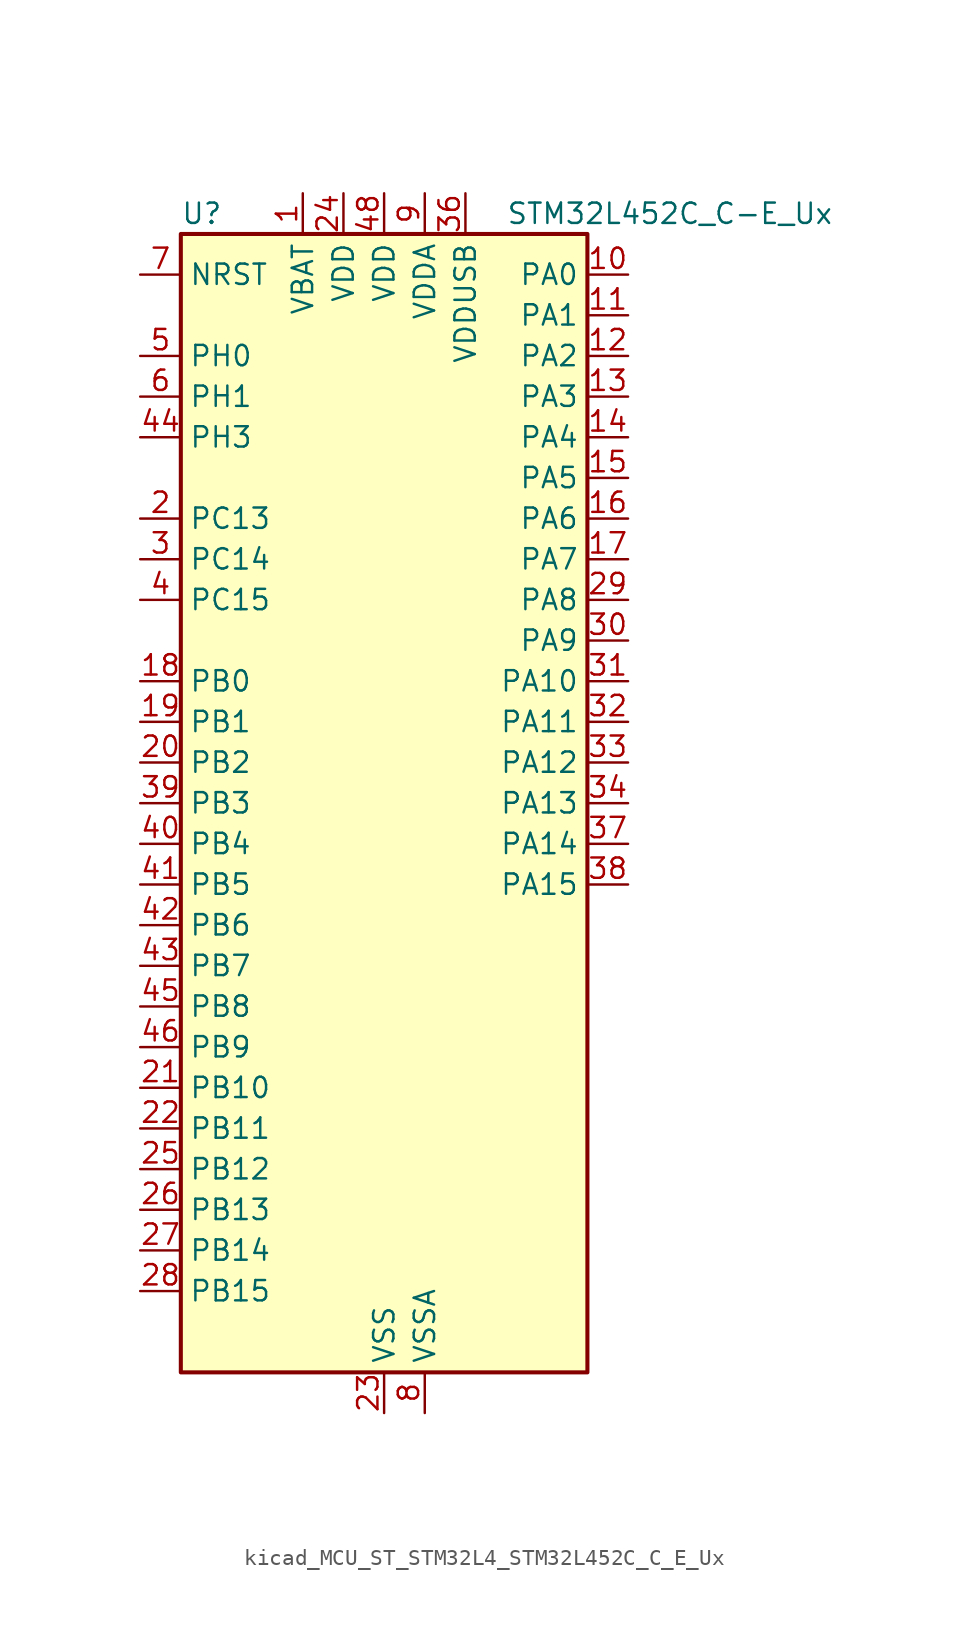
<source format=kicad_sym>
(kicad_symbol_lib
  (version 20220914)
  (generator kicad_symbol_editor)
  (symbol "kicad_MCU_ST_STM32L4_STM32L452C_C_E_Ux"
    (property "Reference" "U"
      (at -12.7 36.83 0)
      (effects (font (size 1.27 1.27)) (justify left)))
    (property "Value" "STM32L452C_C-E_Ux"
      (at 7.62 36.83 0)
      (effects (font (size 1.27 1.27)) (justify left)))
    (property "ki_locked" ""
      (at 0 0 0)
      (effects (font (size 1.27 1.27))))
    (symbol "kicad_MCU_ST_STM32L4_STM32L452C_C_E_Ux_0_1"
      (rectangle (start -12.7 -35.56) (end 12.7 35.56) (stroke (width 0.254) (type default)) (fill (type background))))
    (symbol "kicad_MCU_ST_STM32L4_STM32L452C_C_E_Ux_1_1"
      (pin power_in line (at -5.08 38.1 270) (length 2.54) (name "VBAT" (effects (font (size 1.27 1.27)))) (number "1" (effects (font (size 1.27 1.27)))))
      (pin bidirectional line (at 15.24 33.02 180) (length 2.54) (name "PA0" (effects (font (size 1.27 1.27)))) (number "10" (effects (font (size 1.27 1.27)))) (alternate "ADC1_IN5" bidirectional line) (alternate "COMP1_INM" bidirectional line) (alternate "COMP1_OUT" bidirectional line) (alternate "OPAMP1_VINP" bidirectional line) (alternate "RTC_TAMP2" bidirectional line) (alternate "SAI1_EXTCLK" bidirectional line) (alternate "SYS_WKUP1" bidirectional line) (alternate "TIM2_CH1" bidirectional line) (alternate "TIM2_ETR" bidirectional line) (alternate "UART4_TX" bidirectional line) (alternate "USART2_CTS" bidirectional line))
      (pin bidirectional line (at 15.24 30.48 180) (length 2.54) (name "PA1" (effects (font (size 1.27 1.27)))) (number "11" (effects (font (size 1.27 1.27)))) (alternate "ADC1_IN6" bidirectional line) (alternate "COMP1_INP" bidirectional line) (alternate "I2C1_SMBA" bidirectional line) (alternate "OPAMP1_VINM" bidirectional line) (alternate "SPI1_SCK" bidirectional line) (alternate "TIM15_CH1N" bidirectional line) (alternate "TIM2_CH2" bidirectional line) (alternate "UART4_RX" bidirectional line) (alternate "USART2_DE" bidirectional line) (alternate "USART2_RTS" bidirectional line))
      (pin bidirectional line (at 15.24 27.94 180) (length 2.54) (name "PA2" (effects (font (size 1.27 1.27)))) (number "12" (effects (font (size 1.27 1.27)))) (alternate "ADC1_IN7" bidirectional line) (alternate "COMP2_INM" bidirectional line) (alternate "COMP2_OUT" bidirectional line) (alternate "LPUART1_TX" bidirectional line) (alternate "QUADSPI_BK1_NCS" bidirectional line) (alternate "RCC_LSCO" bidirectional line) (alternate "SYS_WKUP4" bidirectional line) (alternate "TIM15_CH1" bidirectional line) (alternate "TIM2_CH3" bidirectional line) (alternate "USART2_TX" bidirectional line))
      (pin bidirectional line (at 15.24 25.4 180) (length 2.54) (name "PA3" (effects (font (size 1.27 1.27)))) (number "13" (effects (font (size 1.27 1.27)))) (alternate "ADC1_IN8" bidirectional line) (alternate "COMP2_INP" bidirectional line) (alternate "LPUART1_RX" bidirectional line) (alternate "OPAMP1_VOUT" bidirectional line) (alternate "QUADSPI_CLK" bidirectional line) (alternate "SAI1_MCLK_A" bidirectional line) (alternate "TIM15_CH2" bidirectional line) (alternate "TIM2_CH4" bidirectional line) (alternate "USART2_RX" bidirectional line))
      (pin bidirectional line (at 15.24 22.86 180) (length 2.54) (name "PA4" (effects (font (size 1.27 1.27)))) (number "14" (effects (font (size 1.27 1.27)))) (alternate "ADC1_IN9" bidirectional line) (alternate "COMP1_INM" bidirectional line) (alternate "COMP2_INM" bidirectional line) (alternate "DAC1_OUT1" bidirectional line) (alternate "LPTIM2_OUT" bidirectional line) (alternate "SAI1_FS_B" bidirectional line) (alternate "SPI1_NSS" bidirectional line) (alternate "SPI3_NSS" bidirectional line) (alternate "USART2_CK" bidirectional line))
      (pin bidirectional line (at 15.24 20.32 180) (length 2.54) (name "PA5" (effects (font (size 1.27 1.27)))) (number "15" (effects (font (size 1.27 1.27)))) (alternate "ADC1_IN10" bidirectional line) (alternate "COMP1_INM" bidirectional line) (alternate "COMP2_INM" bidirectional line) (alternate "DFSDM1_CKOUT" bidirectional line) (alternate "LPTIM2_ETR" bidirectional line) (alternate "SPI1_SCK" bidirectional line) (alternate "TIM2_CH1" bidirectional line) (alternate "TIM2_ETR" bidirectional line))
      (pin bidirectional line (at 15.24 17.78 180) (length 2.54) (name "PA6" (effects (font (size 1.27 1.27)))) (number "16" (effects (font (size 1.27 1.27)))) (alternate "ADC1_IN11" bidirectional line) (alternate "COMP1_OUT" bidirectional line) (alternate "LPUART1_CTS" bidirectional line) (alternate "QUADSPI_BK1_IO3" bidirectional line) (alternate "SPI1_MISO" bidirectional line) (alternate "TIM16_CH1" bidirectional line) (alternate "TIM1_BKIN" bidirectional line) (alternate "TIM1_BKIN_COMP2" bidirectional line) (alternate "TIM3_CH1" bidirectional line) (alternate "USART3_CTS" bidirectional line))
      (pin bidirectional line (at 15.24 15.24 180) (length 2.54) (name "PA7" (effects (font (size 1.27 1.27)))) (number "17" (effects (font (size 1.27 1.27)))) (alternate "ADC1_IN12" bidirectional line) (alternate "COMP2_OUT" bidirectional line) (alternate "DFSDM1_DATIN0" bidirectional line) (alternate "I2C3_SCL" bidirectional line) (alternate "QUADSPI_BK1_IO2" bidirectional line) (alternate "SPI1_MOSI" bidirectional line) (alternate "TIM1_CH1N" bidirectional line) (alternate "TIM3_CH2" bidirectional line))
      (pin bidirectional line (at -15.24 7.62 0) (length 2.54) (name "PB0" (effects (font (size 1.27 1.27)))) (number "18" (effects (font (size 1.27 1.27)))) (alternate "ADC1_IN15" bidirectional line) (alternate "COMP1_OUT" bidirectional line) (alternate "DFSDM1_CKIN0" bidirectional line) (alternate "QUADSPI_BK1_IO1" bidirectional line) (alternate "SAI1_EXTCLK" bidirectional line) (alternate "SPI1_NSS" bidirectional line) (alternate "TIM1_CH2N" bidirectional line) (alternate "TIM3_CH3" bidirectional line) (alternate "USART3_CK" bidirectional line))
      (pin bidirectional line (at -15.24 5.08 0) (length 2.54) (name "PB1" (effects (font (size 1.27 1.27)))) (number "19" (effects (font (size 1.27 1.27)))) (alternate "ADC1_IN16" bidirectional line) (alternate "COMP1_INM" bidirectional line) (alternate "DFSDM1_DATIN0" bidirectional line) (alternate "LPTIM2_IN1" bidirectional line) (alternate "LPUART1_DE" bidirectional line) (alternate "LPUART1_RTS" bidirectional line) (alternate "QUADSPI_BK1_IO0" bidirectional line) (alternate "TIM1_CH3N" bidirectional line) (alternate "TIM3_CH4" bidirectional line) (alternate "USART3_DE" bidirectional line) (alternate "USART3_RTS" bidirectional line))
      (pin bidirectional line (at -15.24 17.78 0) (length 2.54) (name "PC13" (effects (font (size 1.27 1.27)))) (number "2" (effects (font (size 1.27 1.27)))) (alternate "RTC_OUT_ALARM" bidirectional line) (alternate "RTC_OUT_CALIB" bidirectional line) (alternate "RTC_TAMP1" bidirectional line) (alternate "RTC_TS" bidirectional line) (alternate "SYS_WKUP2" bidirectional line))
      (pin bidirectional line (at -15.24 2.54 0) (length 2.54) (name "PB2" (effects (font (size 1.27 1.27)))) (number "20" (effects (font (size 1.27 1.27)))) (alternate "COMP1_INP" bidirectional line) (alternate "DFSDM1_CKIN0" bidirectional line) (alternate "I2C3_SMBA" bidirectional line) (alternate "LPTIM1_OUT" bidirectional line) (alternate "RTC_OUT_ALARM" bidirectional line) (alternate "RTC_OUT_CALIB" bidirectional line))
      (pin bidirectional line (at -15.24 -17.78 0) (length 2.54) (name "PB10" (effects (font (size 1.27 1.27)))) (number "21" (effects (font (size 1.27 1.27)))) (alternate "COMP1_OUT" bidirectional line) (alternate "I2C2_SCL" bidirectional line) (alternate "I2C4_SCL" bidirectional line) (alternate "LPUART1_RX" bidirectional line) (alternate "QUADSPI_CLK" bidirectional line) (alternate "SAI1_SCK_A" bidirectional line) (alternate "SPI2_SCK" bidirectional line) (alternate "TIM2_CH3" bidirectional line) (alternate "TSC_SYNC" bidirectional line) (alternate "USART3_TX" bidirectional line))
      (pin bidirectional line (at -15.24 -20.32 0) (length 2.54) (name "PB11" (effects (font (size 1.27 1.27)))) (number "22" (effects (font (size 1.27 1.27)))) (alternate "ADC1_EXTI11" bidirectional line) (alternate "COMP2_OUT" bidirectional line) (alternate "I2C2_SDA" bidirectional line) (alternate "I2C4_SDA" bidirectional line) (alternate "LPUART1_TX" bidirectional line) (alternate "QUADSPI_BK1_NCS" bidirectional line) (alternate "TIM2_CH4" bidirectional line) (alternate "USART3_RX" bidirectional line))
      (pin power_in line (at 0 -38.1 90) (length 2.54) (name "VSS" (effects (font (size 1.27 1.27)))) (number "23" (effects (font (size 1.27 1.27)))))
      (pin power_in line (at -2.54 38.1 270) (length 2.54) (name "VDD" (effects (font (size 1.27 1.27)))) (number "24" (effects (font (size 1.27 1.27)))))
      (pin bidirectional line (at -15.24 -22.86 0) (length 2.54) (name "PB12" (effects (font (size 1.27 1.27)))) (number "25" (effects (font (size 1.27 1.27)))) (alternate "CAN1_RX" bidirectional line) (alternate "DFSDM1_DATIN1" bidirectional line) (alternate "I2C2_SMBA" bidirectional line) (alternate "LPUART1_DE" bidirectional line) (alternate "LPUART1_RTS" bidirectional line) (alternate "SAI1_FS_A" bidirectional line) (alternate "SPI2_NSS" bidirectional line) (alternate "TIM15_BKIN" bidirectional line) (alternate "TIM1_BKIN" bidirectional line) (alternate "TIM1_BKIN_COMP2" bidirectional line) (alternate "TSC_G1_IO1" bidirectional line) (alternate "USART3_CK" bidirectional line))
      (pin bidirectional line (at -15.24 -25.4 0) (length 2.54) (name "PB13" (effects (font (size 1.27 1.27)))) (number "26" (effects (font (size 1.27 1.27)))) (alternate "CAN1_TX" bidirectional line) (alternate "DFSDM1_CKIN1" bidirectional line) (alternate "I2C2_SCL" bidirectional line) (alternate "LPUART1_CTS" bidirectional line) (alternate "SAI1_SCK_A" bidirectional line) (alternate "SPI2_SCK" bidirectional line) (alternate "TIM15_CH1N" bidirectional line) (alternate "TIM1_CH1N" bidirectional line) (alternate "TSC_G1_IO2" bidirectional line) (alternate "USART3_CTS" bidirectional line))
      (pin bidirectional line (at -15.24 -27.94 0) (length 2.54) (name "PB14" (effects (font (size 1.27 1.27)))) (number "27" (effects (font (size 1.27 1.27)))) (alternate "DFSDM1_DATIN2" bidirectional line) (alternate "I2C2_SDA" bidirectional line) (alternate "SAI1_MCLK_A" bidirectional line) (alternate "SPI2_MISO" bidirectional line) (alternate "TIM15_CH1" bidirectional line) (alternate "TIM1_CH2N" bidirectional line) (alternate "TSC_G1_IO3" bidirectional line) (alternate "USART3_DE" bidirectional line) (alternate "USART3_RTS" bidirectional line))
      (pin bidirectional line (at -15.24 -30.48 0) (length 2.54) (name "PB15" (effects (font (size 1.27 1.27)))) (number "28" (effects (font (size 1.27 1.27)))) (alternate "ADC1_EXTI15" bidirectional line) (alternate "DFSDM1_CKIN2" bidirectional line) (alternate "RTC_REFIN" bidirectional line) (alternate "SAI1_SD_A" bidirectional line) (alternate "SPI2_MOSI" bidirectional line) (alternate "TIM15_CH2" bidirectional line) (alternate "TIM1_CH3N" bidirectional line) (alternate "TSC_G1_IO4" bidirectional line))
      (pin bidirectional line (at 15.24 12.7 180) (length 2.54) (name "PA8" (effects (font (size 1.27 1.27)))) (number "29" (effects (font (size 1.27 1.27)))) (alternate "DFSDM1_CKIN1" bidirectional line) (alternate "LPTIM2_OUT" bidirectional line) (alternate "RCC_MCO" bidirectional line) (alternate "SAI1_SCK_A" bidirectional line) (alternate "TIM1_CH1" bidirectional line) (alternate "USART1_CK" bidirectional line))
      (pin bidirectional line (at -15.24 15.24 0) (length 2.54) (name "PC14" (effects (font (size 1.27 1.27)))) (number "3" (effects (font (size 1.27 1.27)))) (alternate "RCC_OSC32_IN" bidirectional line))
      (pin bidirectional line (at 15.24 10.16 180) (length 2.54) (name "PA9" (effects (font (size 1.27 1.27)))) (number "30" (effects (font (size 1.27 1.27)))) (alternate "DAC1_EXTI9" bidirectional line) (alternate "DFSDM1_DATIN1" bidirectional line) (alternate "I2C1_SCL" bidirectional line) (alternate "SAI1_FS_A" bidirectional line) (alternate "TIM15_BKIN" bidirectional line) (alternate "TIM1_CH2" bidirectional line) (alternate "USART1_TX" bidirectional line))
      (pin bidirectional line (at 15.24 7.62 180) (length 2.54) (name "PA10" (effects (font (size 1.27 1.27)))) (number "31" (effects (font (size 1.27 1.27)))) (alternate "CRS_SYNC" bidirectional line) (alternate "I2C1_SDA" bidirectional line) (alternate "SAI1_SD_A" bidirectional line) (alternate "TIM1_CH3" bidirectional line) (alternate "USART1_RX" bidirectional line))
      (pin bidirectional line (at 15.24 5.08 180) (length 2.54) (name "PA11" (effects (font (size 1.27 1.27)))) (number "32" (effects (font (size 1.27 1.27)))) (alternate "ADC1_EXTI11" bidirectional line) (alternate "CAN1_RX" bidirectional line) (alternate "COMP1_OUT" bidirectional line) (alternate "SPI1_MISO" bidirectional line) (alternate "TIM1_BKIN2" bidirectional line) (alternate "TIM1_BKIN2_COMP1" bidirectional line) (alternate "TIM1_CH4" bidirectional line) (alternate "USART1_CTS" bidirectional line) (alternate "USB_DM" bidirectional line))
      (pin bidirectional line (at 15.24 2.54 180) (length 2.54) (name "PA12" (effects (font (size 1.27 1.27)))) (number "33" (effects (font (size 1.27 1.27)))) (alternate "CAN1_TX" bidirectional line) (alternate "SPI1_MOSI" bidirectional line) (alternate "TIM1_ETR" bidirectional line) (alternate "USART1_DE" bidirectional line) (alternate "USART1_RTS" bidirectional line) (alternate "USB_DP" bidirectional line))
      (pin bidirectional line (at 15.24 0 180) (length 2.54) (name "PA13" (effects (font (size 1.27 1.27)))) (number "34" (effects (font (size 1.27 1.27)))) (alternate "IR_OUT" bidirectional line) (alternate "SAI1_SD_B" bidirectional line) (alternate "SYS_JTMS-SWDIO" bidirectional line) (alternate "USB_NOE" bidirectional line))
      (pin passive line (at 0 -38.1 90) (length 2.54) hide (name "VSS" (effects (font (size 1.27 1.27)))) (number "35" (effects (font (size 1.27 1.27)))))
      (pin power_in line (at 5.08 38.1 270) (length 2.54) (name "VDDUSB" (effects (font (size 1.27 1.27)))) (number "36" (effects (font (size 1.27 1.27)))))
      (pin bidirectional line (at 15.24 -2.54 180) (length 2.54) (name "PA14" (effects (font (size 1.27 1.27)))) (number "37" (effects (font (size 1.27 1.27)))) (alternate "I2C1_SMBA" bidirectional line) (alternate "I2C4_SMBA" bidirectional line) (alternate "LPTIM1_OUT" bidirectional line) (alternate "SAI1_FS_B" bidirectional line) (alternate "SYS_JTCK-SWCLK" bidirectional line))
      (pin bidirectional line (at 15.24 -5.08 180) (length 2.54) (name "PA15" (effects (font (size 1.27 1.27)))) (number "38" (effects (font (size 1.27 1.27)))) (alternate "ADC1_EXTI15" bidirectional line) (alternate "SPI1_NSS" bidirectional line) (alternate "SPI3_NSS" bidirectional line) (alternate "SYS_JTDI" bidirectional line) (alternate "TIM2_CH1" bidirectional line) (alternate "TIM2_ETR" bidirectional line) (alternate "UART4_DE" bidirectional line) (alternate "UART4_RTS" bidirectional line) (alternate "USART2_RX" bidirectional line) (alternate "USART3_DE" bidirectional line) (alternate "USART3_RTS" bidirectional line))
      (pin bidirectional line (at -15.24 0 0) (length 2.54) (name "PB3" (effects (font (size 1.27 1.27)))) (number "39" (effects (font (size 1.27 1.27)))) (alternate "COMP2_INM" bidirectional line) (alternate "SAI1_SCK_B" bidirectional line) (alternate "SPI1_SCK" bidirectional line) (alternate "SPI3_SCK" bidirectional line) (alternate "SYS_JTDO-SWO" bidirectional line) (alternate "TIM2_CH2" bidirectional line) (alternate "USART1_DE" bidirectional line) (alternate "USART1_RTS" bidirectional line))
      (pin bidirectional line (at -15.24 12.7 0) (length 2.54) (name "PC15" (effects (font (size 1.27 1.27)))) (number "4" (effects (font (size 1.27 1.27)))) (alternate "ADC1_EXTI15" bidirectional line) (alternate "RCC_OSC32_OUT" bidirectional line))
      (pin bidirectional line (at -15.24 -2.54 0) (length 2.54) (name "PB4" (effects (font (size 1.27 1.27)))) (number "40" (effects (font (size 1.27 1.27)))) (alternate "COMP2_INP" bidirectional line) (alternate "I2C3_SDA" bidirectional line) (alternate "SAI1_MCLK_B" bidirectional line) (alternate "SPI1_MISO" bidirectional line) (alternate "SPI3_MISO" bidirectional line) (alternate "SYS_JTRST" bidirectional line) (alternate "TIM3_CH1" bidirectional line) (alternate "TSC_G2_IO1" bidirectional line) (alternate "USART1_CTS" bidirectional line))
      (pin bidirectional line (at -15.24 -5.08 0) (length 2.54) (name "PB5" (effects (font (size 1.27 1.27)))) (number "41" (effects (font (size 1.27 1.27)))) (alternate "CAN1_RX" bidirectional line) (alternate "COMP2_OUT" bidirectional line) (alternate "I2C1_SMBA" bidirectional line) (alternate "LPTIM1_IN1" bidirectional line) (alternate "SAI1_SD_B" bidirectional line) (alternate "SPI1_MOSI" bidirectional line) (alternate "SPI3_MOSI" bidirectional line) (alternate "TIM16_BKIN" bidirectional line) (alternate "TIM3_CH2" bidirectional line) (alternate "TSC_G2_IO2" bidirectional line) (alternate "USART1_CK" bidirectional line))
      (pin bidirectional line (at -15.24 -7.62 0) (length 2.54) (name "PB6" (effects (font (size 1.27 1.27)))) (number "42" (effects (font (size 1.27 1.27)))) (alternate "CAN1_TX" bidirectional line) (alternate "COMP2_INP" bidirectional line) (alternate "I2C1_SCL" bidirectional line) (alternate "I2C4_SCL" bidirectional line) (alternate "LPTIM1_ETR" bidirectional line) (alternate "SAI1_FS_B" bidirectional line) (alternate "TIM16_CH1N" bidirectional line) (alternate "TSC_G2_IO3" bidirectional line) (alternate "USART1_TX" bidirectional line))
      (pin bidirectional line (at -15.24 -10.16 0) (length 2.54) (name "PB7" (effects (font (size 1.27 1.27)))) (number "43" (effects (font (size 1.27 1.27)))) (alternate "COMP2_INM" bidirectional line) (alternate "I2C1_SDA" bidirectional line) (alternate "I2C4_SDA" bidirectional line) (alternate "LPTIM1_IN2" bidirectional line) (alternate "SYS_PVD_IN" bidirectional line) (alternate "TSC_G2_IO4" bidirectional line) (alternate "UART4_CTS" bidirectional line) (alternate "USART1_RX" bidirectional line))
      (pin bidirectional line (at -15.24 22.86 0) (length 2.54) (name "PH3" (effects (font (size 1.27 1.27)))) (number "44" (effects (font (size 1.27 1.27)))))
      (pin bidirectional line (at -15.24 -12.7 0) (length 2.54) (name "PB8" (effects (font (size 1.27 1.27)))) (number "45" (effects (font (size 1.27 1.27)))) (alternate "CAN1_RX" bidirectional line) (alternate "I2C1_SCL" bidirectional line) (alternate "SAI1_MCLK_A" bidirectional line) (alternate "TIM16_CH1" bidirectional line))
      (pin bidirectional line (at -15.24 -15.24 0) (length 2.54) (name "PB9" (effects (font (size 1.27 1.27)))) (number "46" (effects (font (size 1.27 1.27)))) (alternate "CAN1_TX" bidirectional line) (alternate "DAC1_EXTI9" bidirectional line) (alternate "I2C1_SDA" bidirectional line) (alternate "IR_OUT" bidirectional line) (alternate "SAI1_FS_A" bidirectional line) (alternate "SPI2_NSS" bidirectional line))
      (pin passive line (at 0 -38.1 90) (length 2.54) hide (name "VSS" (effects (font (size 1.27 1.27)))) (number "47" (effects (font (size 1.27 1.27)))))
      (pin power_in line (at 0 38.1 270) (length 2.54) (name "VDD" (effects (font (size 1.27 1.27)))) (number "48" (effects (font (size 1.27 1.27)))))
      (pin passive line (at 0 -38.1 90) (length 2.54) hide (name "VSS" (effects (font (size 1.27 1.27)))) (number "49" (effects (font (size 1.27 1.27)))))
      (pin bidirectional line (at -15.24 27.94 0) (length 2.54) (name "PH0" (effects (font (size 1.27 1.27)))) (number "5" (effects (font (size 1.27 1.27)))) (alternate "RCC_OSC_IN" bidirectional line))
      (pin bidirectional line (at -15.24 25.4 0) (length 2.54) (name "PH1" (effects (font (size 1.27 1.27)))) (number "6" (effects (font (size 1.27 1.27)))) (alternate "RCC_OSC_OUT" bidirectional line))
      (pin input line (at -15.24 33.02 0) (length 2.54) (name "NRST" (effects (font (size 1.27 1.27)))) (number "7" (effects (font (size 1.27 1.27)))))
      (pin power_in line (at 2.54 -38.1 90) (length 2.54) (name "VSSA" (effects (font (size 1.27 1.27)))) (number "8" (effects (font (size 1.27 1.27)))))
      (pin power_in line (at 2.54 38.1 270) (length 2.54) (name "VDDA" (effects (font (size 1.27 1.27)))) (number "9" (effects (font (size 1.27 1.27))))))))
</source>
